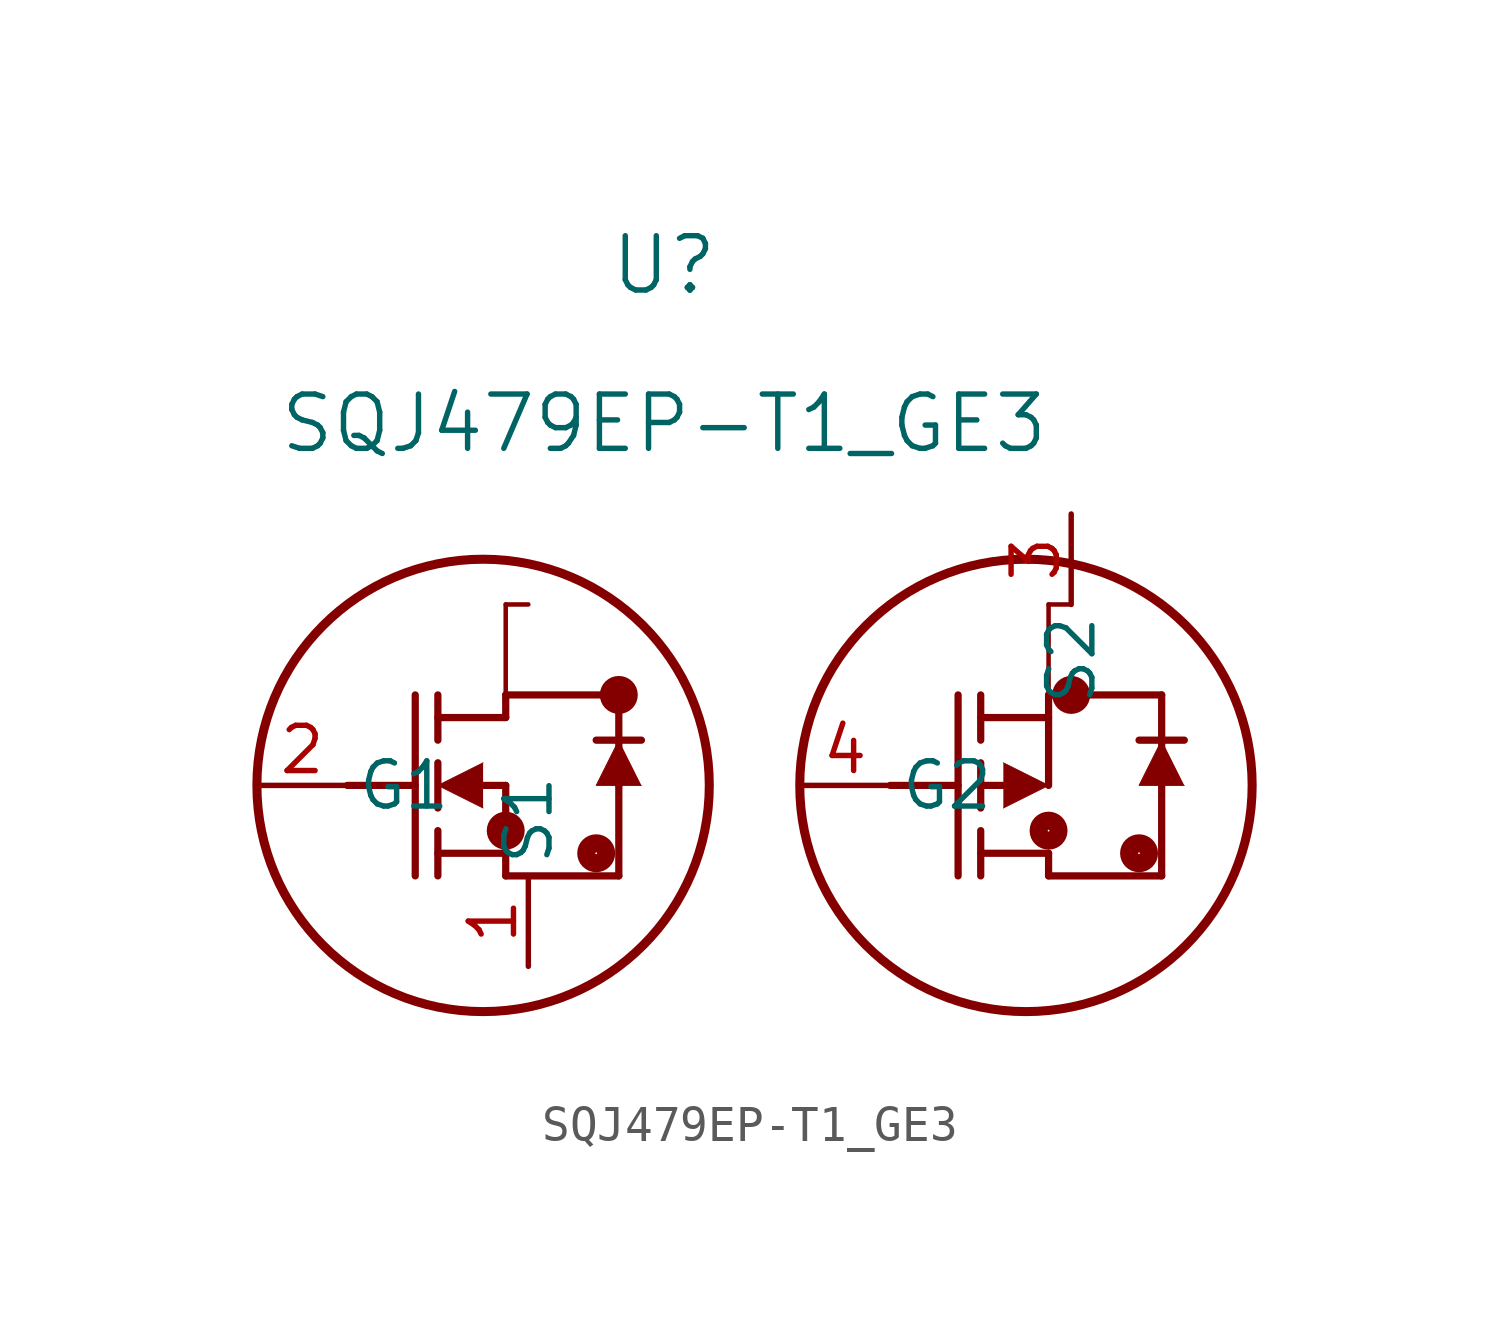
<source format=kicad_sym>
(kicad_symbol_lib
  (version 20211014)
  (generator kicad_symbol_editor)
  (symbol "SQJ479EP-T1_GE3"
    (pin_names
      (offset 0.254))
    (property "Reference" "U"
      (at 11.43 14.605 0)
      (effects (font (size 1.524 1.524))))
    (property "Value" "SQJ479EP-T1_GE3"
      (at 11.43 10.16 0)
      (effects (font (size 1.524 1.524))))
    (symbol "SQJ479EP-T1_GE3_0_1"
      (circle (center 10.16 2.54) (radius 0.025) (stroke (width 0.508) (type default) (color 0 0 0 0)) (fill (type none)))
      (circle (center 9.525 -1.905) (radius 0.025) (stroke (width 0.508) (type default) (color 0 0 0 0)) (fill (type none)))
      (circle (center 6.985 -1.27) (radius 0.025) (stroke (width 0.508) (type default) (color 0 0 0 0)) (fill (type none)))
      (circle (center 6.35 0) (radius 6.35) (stroke (width 0.254) (type default) (color 0 0 0 0)) (fill (type none)))
      (polyline (pts (xy 2.54 0) (xy 4.445 0)) (stroke (width 0.203) (type default) (color 0 0 0 0)) (fill (type none)))
      (polyline (pts (xy 4.445 -2.54) (xy 4.445 2.54)) (stroke (width 0.203) (type default) (color 0 0 0 0)) (fill (type none)))
      (polyline (pts (xy 5.08 -0.635) (xy 5.08 0.635)) (stroke (width 0.203) (type default) (color 0 0 0 0)) (fill (type none)))
      (polyline (pts (xy 5.08 -2.54) (xy 5.08 -1.27)) (stroke (width 0.203) (type default) (color 0 0 0 0)) (fill (type none)))
      (polyline (pts (xy 5.08 1.27) (xy 5.08 2.54)) (stroke (width 0.203) (type default) (color 0 0 0 0)) (fill (type none)))
      (polyline (pts (xy 6.35 0) (xy 6.985 0)) (stroke (width 0.203) (type default) (color 0 0 0 0)) (fill (type none)))
      (polyline (pts (xy 5.08 -1.905) (xy 6.985 -1.905)) (stroke (width 0.203) (type default) (color 0 0 0 0)) (fill (type none)))
      (polyline (pts (xy 6.985 -2.54) (xy 6.985 0)) (stroke (width 0.203) (type default) (color 0 0 0 0)) (fill (type none)))
      (polyline (pts (xy 6.985 -2.54) (xy 10.16 -2.54)) (stroke (width 0.203) (type default) (color 0 0 0 0)) (fill (type none)))
      (polyline (pts (xy 5.08 1.905) (xy 6.985 1.905)) (stroke (width 0.203) (type default) (color 0 0 0 0)) (fill (type none)))
      (polyline (pts (xy 10.16 0) (xy 10.16 2.54)) (stroke (width 0.203) (type default) (color 0 0 0 0)) (fill (type none)))
      (polyline (pts (xy 6.35 0.635) (xy 5.08 0) (xy 6.35 -0.635)) (stroke (width 0.025) (type default) (color 0 0 0 0)) (fill (type outline)))
      (polyline (pts (xy 10.16 -2.54) (xy 10.16 0)) (stroke (width 0.203) (type default) (color 0 0 0 0)) (fill (type none)))
      (polyline (pts (xy 10.795 1.27) (xy 9.525 1.27)) (stroke (width 0.203) (type default) (color 0 0 0 0)) (fill (type none)))
      (polyline (pts (xy 10.795 0) (xy 9.525 0) (xy 10.16 1.27)) (stroke (width 0.025) (type default) (color 0 0 0 0)) (fill (type outline)))
      (polyline (pts (xy 6.985 2.54) (xy 10.16 2.54)) (stroke (width 0.203) (type default) (color 0 0 0 0)) (fill (type none)))
      (polyline (pts (xy 6.985 1.905) (xy 6.985 2.54)) (stroke (width 0.203) (type default) (color 0 0 0 0)) (fill (type none)))
      (circle (center 22.86 2.54) (radius 0.025) (stroke (width 0.508) (type default) (color 0 0 0 0)) (fill (type none)))
      (circle (center 24.765 -1.905) (radius 0.025) (stroke (width 0.508) (type default) (color 0 0 0 0)) (fill (type none)))
      (circle (center 22.225 -1.27) (radius 0.025) (stroke (width 0.508) (type default) (color 0 0 0 0)) (fill (type none)))
      (circle (center 21.59 0) (radius 6.35) (stroke (width 0.254) (type default) (color 0 0 0 0)) (fill (type none)))
      (polyline (pts (xy 17.78 0) (xy 19.685 0)) (stroke (width 0.203) (type default) (color 0 0 0 0)) (fill (type none)))
      (polyline (pts (xy 19.685 -2.54) (xy 19.685 2.54)) (stroke (width 0.203) (type default) (color 0 0 0 0)) (fill (type none)))
      (polyline (pts (xy 20.32 -0.635) (xy 20.32 0.635)) (stroke (width 0.203) (type default) (color 0 0 0 0)) (fill (type none)))
      (polyline (pts (xy 20.32 -2.54) (xy 20.32 -1.27)) (stroke (width 0.203) (type default) (color 0 0 0 0)) (fill (type none)))
      (polyline (pts (xy 20.32 1.27) (xy 20.32 2.54)) (stroke (width 0.203) (type default) (color 0 0 0 0)) (fill (type none)))
      (polyline (pts (xy 21.59 0) (xy 20.32 0)) (stroke (width 0.203) (type default) (color 0 0 0 0)) (fill (type none)))
      (polyline (pts (xy 22.225 2.54) (xy 22.225 0)) (stroke (width 0.203) (type default) (color 0 0 0 0)) (fill (type none)))
      (polyline (pts (xy 22.225 -1.905) (xy 20.32 -1.905)) (stroke (width 0.203) (type default) (color 0 0 0 0)) (fill (type none)))
      (polyline (pts (xy 22.225 -2.54) (xy 25.4 -2.54)) (stroke (width 0.203) (type default) (color 0 0 0 0)) (fill (type none)))
      (polyline (pts (xy 20.32 1.905) (xy 22.225 1.905)) (stroke (width 0.203) (type default) (color 0 0 0 0)) (fill (type none)))
      (polyline (pts (xy 25.4 0) (xy 25.4 2.54)) (stroke (width 0.203) (type default) (color 0 0 0 0)) (fill (type none)))
      (polyline (pts (xy 25.4 -2.54) (xy 25.4 0)) (stroke (width 0.203) (type default) (color 0 0 0 0)) (fill (type none)))
      (polyline (pts (xy 26.035 1.27) (xy 24.765 1.27)) (stroke (width 0.203) (type default) (color 0 0 0 0)) (fill (type none)))
      (polyline (pts (xy 22.225 2.54) (xy 25.4 2.54)) (stroke (width 0.203) (type default) (color 0 0 0 0)) (fill (type none)))
      (polyline (pts (xy 22.225 -2.54) (xy 22.225 -1.905)) (stroke (width 0.203) (type default) (color 0 0 0 0)) (fill (type none)))
      (polyline (pts (xy 20.955 -0.635) (xy 22.225 0) (xy 20.955 0.635)) (stroke (width 0.025) (type default) (color 0 0 0 0)) (fill (type outline)))
      (polyline (pts (xy 26.035 0) (xy 24.765 0) (xy 25.4 1.27)) (stroke (width 0.025) (type default) (color 0 0 0 0)) (fill (type outline)))
      (polyline (pts (xy 6.985 5.08) (xy 7.62 5.08)) (stroke (width 0.127) (type default) (color 0 0 0 0)) (fill (type none)))
      (polyline (pts (xy 22.225 5.08) (xy 22.86 5.08)) (stroke (width 0.127) (type default) (color 0 0 0 0)) (fill (type none)))
      (polyline (pts (xy 6.985 2.54) (xy 6.985 5.08)) (stroke (width 0.127) (type default) (color 0 0 0 0)) (fill (type none)))
      (polyline (pts (xy 22.225 2.54) (xy 22.225 5.08)) (stroke (width 0.127) (type default) (color 0 0 0 0)) (fill (type none)))
      (pin unspecified line (at 7.62 -5.08 90) (length 2.54) (name "S1" (effects (font (size 1.27 1.27)))) (number "1" (effects (font (size 1.27 1.27)))))
      (pin unspecified line (at 0 0 0) (length 2.54) (name "G1" (effects (font (size 1.27 1.27)))) (number "2" (effects (font (size 1.27 1.27)))))
      (pin unspecified line (at 22.86 7.62 270) (length 2.54) (name "S2" (effects (font (size 1.27 1.27)))) (number "3" (effects (font (size 1.27 1.27)))))
      (pin unspecified line (at 15.24 0 0) (length 2.54) (name "G2" (effects (font (size 1.27 1.27)))) (number "4" (effects (font (size 1.27 1.27))))))))
</source>
